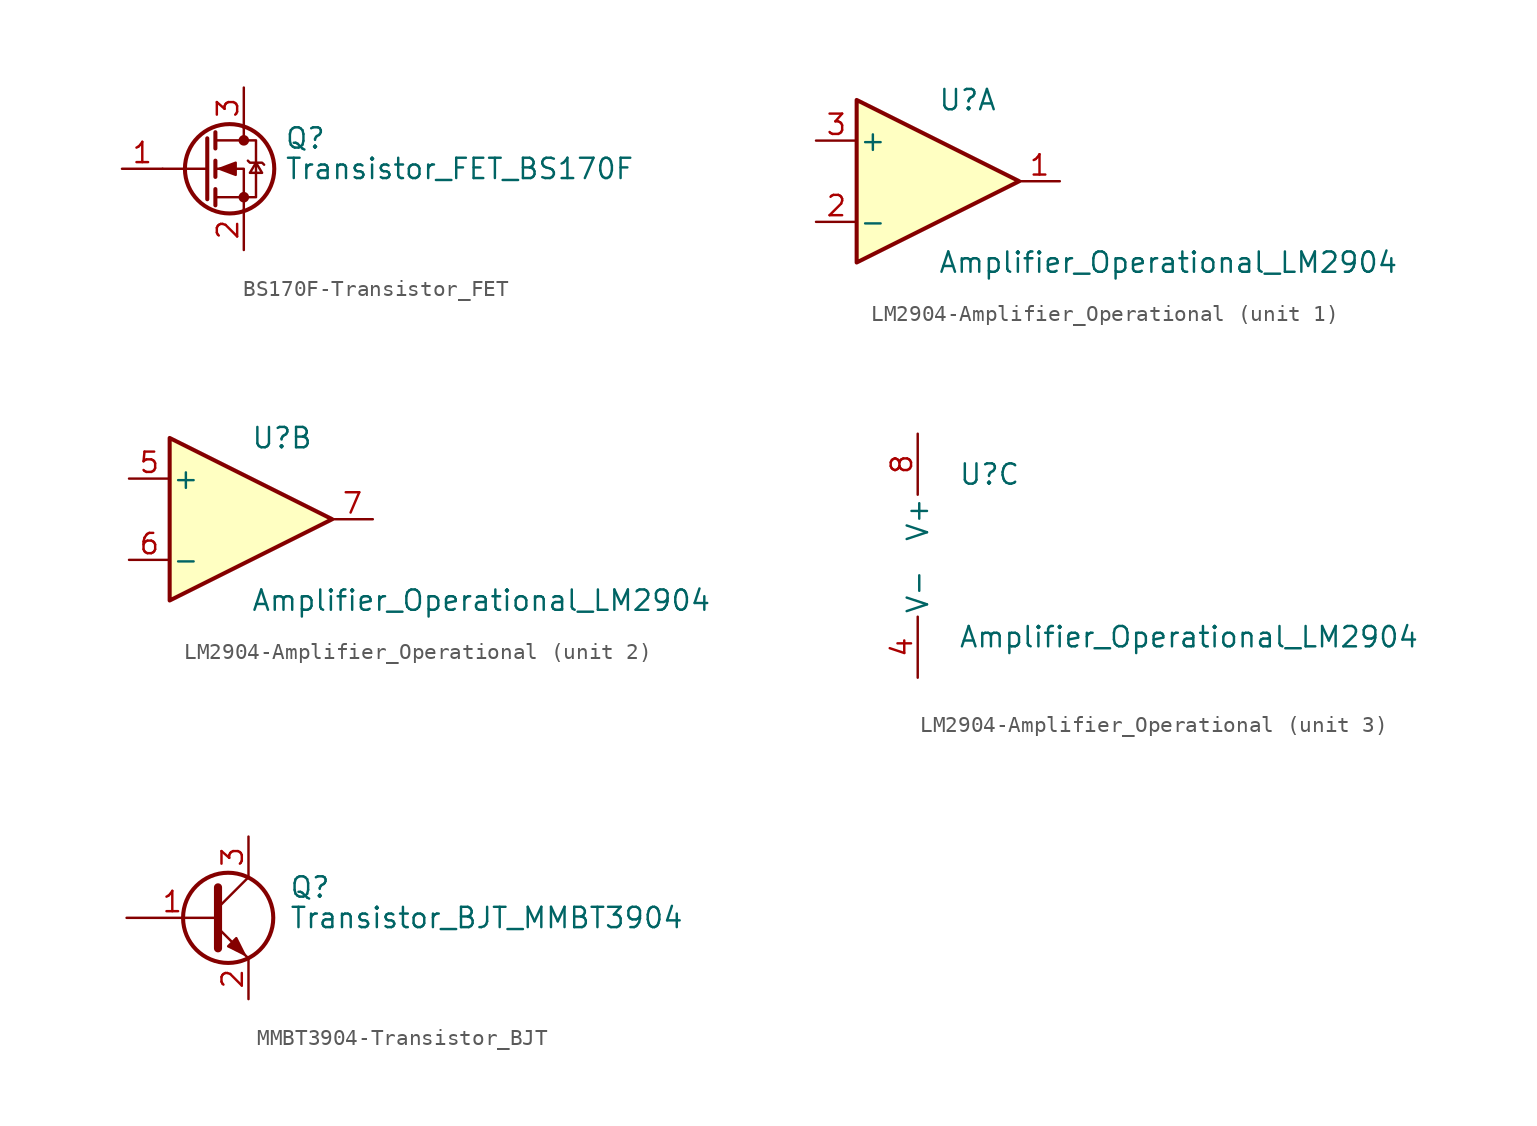
<source format=kicad_sym>
(kicad_symbol_lib
  (version 20220914)
  (generator kicad_symbol_editor)
  (symbol "BS170F-Transistor_FET"
    (pin_names hide)
    (property "Reference" "Q"
      (at 5.08 1.905 0)
      (effects (font (size 1.27 1.27)) (justify left)))
    (property "Value" "Transistor_FET_BS170F"
      (at 5.08 0 0)
      (effects (font (size 1.27 1.27)) (justify left)))
    (symbol "BS170F-Transistor_FET_0_1"
      (polyline (pts (xy 0.254 0) (xy -2.54 0)) (stroke (width 0) (type solid)) (fill (type none)))
      (polyline (pts (xy 0.254 1.905) (xy 0.254 -1.905)) (stroke (width 0.254) (type solid)) (fill (type none)))
      (polyline (pts (xy 0.762 -1.27) (xy 0.762 -2.286)) (stroke (width 0.254) (type solid)) (fill (type none)))
      (polyline (pts (xy 0.762 0.508) (xy 0.762 -0.508)) (stroke (width 0.254) (type solid)) (fill (type none)))
      (polyline (pts (xy 0.762 2.286) (xy 0.762 1.27)) (stroke (width 0.254) (type solid)) (fill (type none)))
      (polyline (pts (xy 2.54 2.54) (xy 2.54 1.778)) (stroke (width 0) (type solid)) (fill (type none)))
      (polyline (pts (xy 2.54 -2.54) (xy 2.54 0) (xy 0.762 0)) (stroke (width 0) (type solid)) (fill (type none)))
      (polyline (pts (xy 0.762 -1.778) (xy 3.302 -1.778) (xy 3.302 1.778) (xy 0.762 1.778)) (stroke (width 0) (type solid)) (fill (type none)))
      (polyline (pts (xy 1.016 0) (xy 2.032 0.381) (xy 2.032 -0.381) (xy 1.016 0)) (stroke (width 0) (type solid)) (fill (type outline)))
      (polyline (pts (xy 2.794 0.508) (xy 2.921 0.381) (xy 3.683 0.381) (xy 3.81 0.254)) (stroke (width 0) (type solid)) (fill (type none)))
      (polyline (pts (xy 3.302 0.381) (xy 2.921 -0.254) (xy 3.683 -0.254) (xy 3.302 0.381)) (stroke (width 0) (type solid)) (fill (type none)))
      (circle (center 1.651 0) (radius 2.794) (stroke (width 0.254) (type solid)) (fill (type none)))
      (circle (center 2.54 -1.778) (radius 0.254) (stroke (width 0) (type solid)) (fill (type outline)))
      (circle (center 2.54 1.778) (radius 0.254) (stroke (width 0) (type solid)) (fill (type outline))))
    (symbol "BS170F-Transistor_FET_1_1"
      (pin input line (at -5.08 0 0) (length 2.54) (name "G" (effects (font (size 1.27 1.27)))) (number "1" (effects (font (size 1.27 1.27)))))
      (pin passive line (at 2.54 -5.08 90) (length 2.54) (name "S" (effects (font (size 1.27 1.27)))) (number "2" (effects (font (size 1.27 1.27)))))
      (pin passive line (at 2.54 5.08 270) (length 2.54) (name "D" (effects (font (size 1.27 1.27)))) (number "3" (effects (font (size 1.27 1.27)))))))
  (symbol "LM2904-Amplifier_Operational"
    (pin_names
      (offset 0.127))
    (property "Reference" "U"
      (at 0 5.08 0)
      (effects (font (size 1.27 1.27)) (justify left)))
    (property "Value" "Amplifier_Operational_LM2904"
      (at 0 -5.08 0)
      (effects (font (size 1.27 1.27)) (justify left)))
    (property "ki_locked" ""
      (at 0 0 0)
      (effects (font (size 1.27 1.27))))
    (symbol "LM2904-Amplifier_Operational_1_1"
      (polyline (pts (xy -5.08 5.08) (xy 5.08 0) (xy -5.08 -5.08) (xy -5.08 5.08)) (stroke (width 0.254) (type solid)) (fill (type background)))
      (pin output line (at 7.62 0 180) (length 2.54) (name "~" (effects (font (size 1.27 1.27)))) (number "1" (effects (font (size 1.27 1.27)))))
      (pin input line (at -7.62 -2.54 0) (length 2.54) (name "-" (effects (font (size 1.27 1.27)))) (number "2" (effects (font (size 1.27 1.27)))))
      (pin input line (at -7.62 2.54 0) (length 2.54) (name "+" (effects (font (size 1.27 1.27)))) (number "3" (effects (font (size 1.27 1.27))))))
    (symbol "LM2904-Amplifier_Operational_2_1"
      (polyline (pts (xy -5.08 5.08) (xy 5.08 0) (xy -5.08 -5.08) (xy -5.08 5.08)) (stroke (width 0.254) (type solid)) (fill (type background)))
      (pin input line (at -7.62 2.54 0) (length 2.54) (name "+" (effects (font (size 1.27 1.27)))) (number "5" (effects (font (size 1.27 1.27)))))
      (pin input line (at -7.62 -2.54 0) (length 2.54) (name "-" (effects (font (size 1.27 1.27)))) (number "6" (effects (font (size 1.27 1.27)))))
      (pin output line (at 7.62 0 180) (length 2.54) (name "~" (effects (font (size 1.27 1.27)))) (number "7" (effects (font (size 1.27 1.27))))))
    (symbol "LM2904-Amplifier_Operational_3_1"
      (pin power_in line (at -2.54 -7.62 90) (length 3.81) (name "V-" (effects (font (size 1.27 1.27)))) (number "4" (effects (font (size 1.27 1.27)))))
      (pin power_in line (at -2.54 7.62 270) (length 3.81) (name "V+" (effects (font (size 1.27 1.27)))) (number "8" (effects (font (size 1.27 1.27)))))))
  (symbol "MMBT3904-Transistor_BJT"
    (pin_names
      (offset 0) hide)
    (property "Reference" "Q"
      (at 5.08 1.905 0)
      (effects (font (size 1.27 1.27)) (justify left)))
    (property "Value" "Transistor_BJT_MMBT3904"
      (at 5.08 0 0)
      (effects (font (size 1.27 1.27)) (justify left)))
    (symbol "MMBT3904-Transistor_BJT_0_1"
      (polyline (pts (xy 0.635 0.635) (xy 2.54 2.54)) (stroke (width 0) (type solid)) (fill (type none)))
      (polyline (pts (xy 0.635 -0.635) (xy 2.54 -2.54) (xy 2.54 -2.54)) (stroke (width 0) (type solid)) (fill (type none)))
      (polyline (pts (xy 0.635 1.905) (xy 0.635 -1.905) (xy 0.635 -1.905)) (stroke (width 0.508) (type solid)) (fill (type none)))
      (polyline (pts (xy 1.27 -1.778) (xy 1.778 -1.27) (xy 2.286 -2.286) (xy 1.27 -1.778) (xy 1.27 -1.778)) (stroke (width 0) (type solid)) (fill (type outline)))
      (circle (center 1.27 0) (radius 2.819) (stroke (width 0.254) (type solid)) (fill (type none))))
    (symbol "MMBT3904-Transistor_BJT_1_1"
      (pin input line (at -5.08 0 0) (length 5.715) (name "B" (effects (font (size 1.27 1.27)))) (number "1" (effects (font (size 1.27 1.27)))))
      (pin passive line (at 2.54 -5.08 90) (length 2.54) (name "E" (effects (font (size 1.27 1.27)))) (number "2" (effects (font (size 1.27 1.27)))))
      (pin passive line (at 2.54 5.08 270) (length 2.54) (name "C" (effects (font (size 1.27 1.27)))) (number "3" (effects (font (size 1.27 1.27))))))))
</source>
